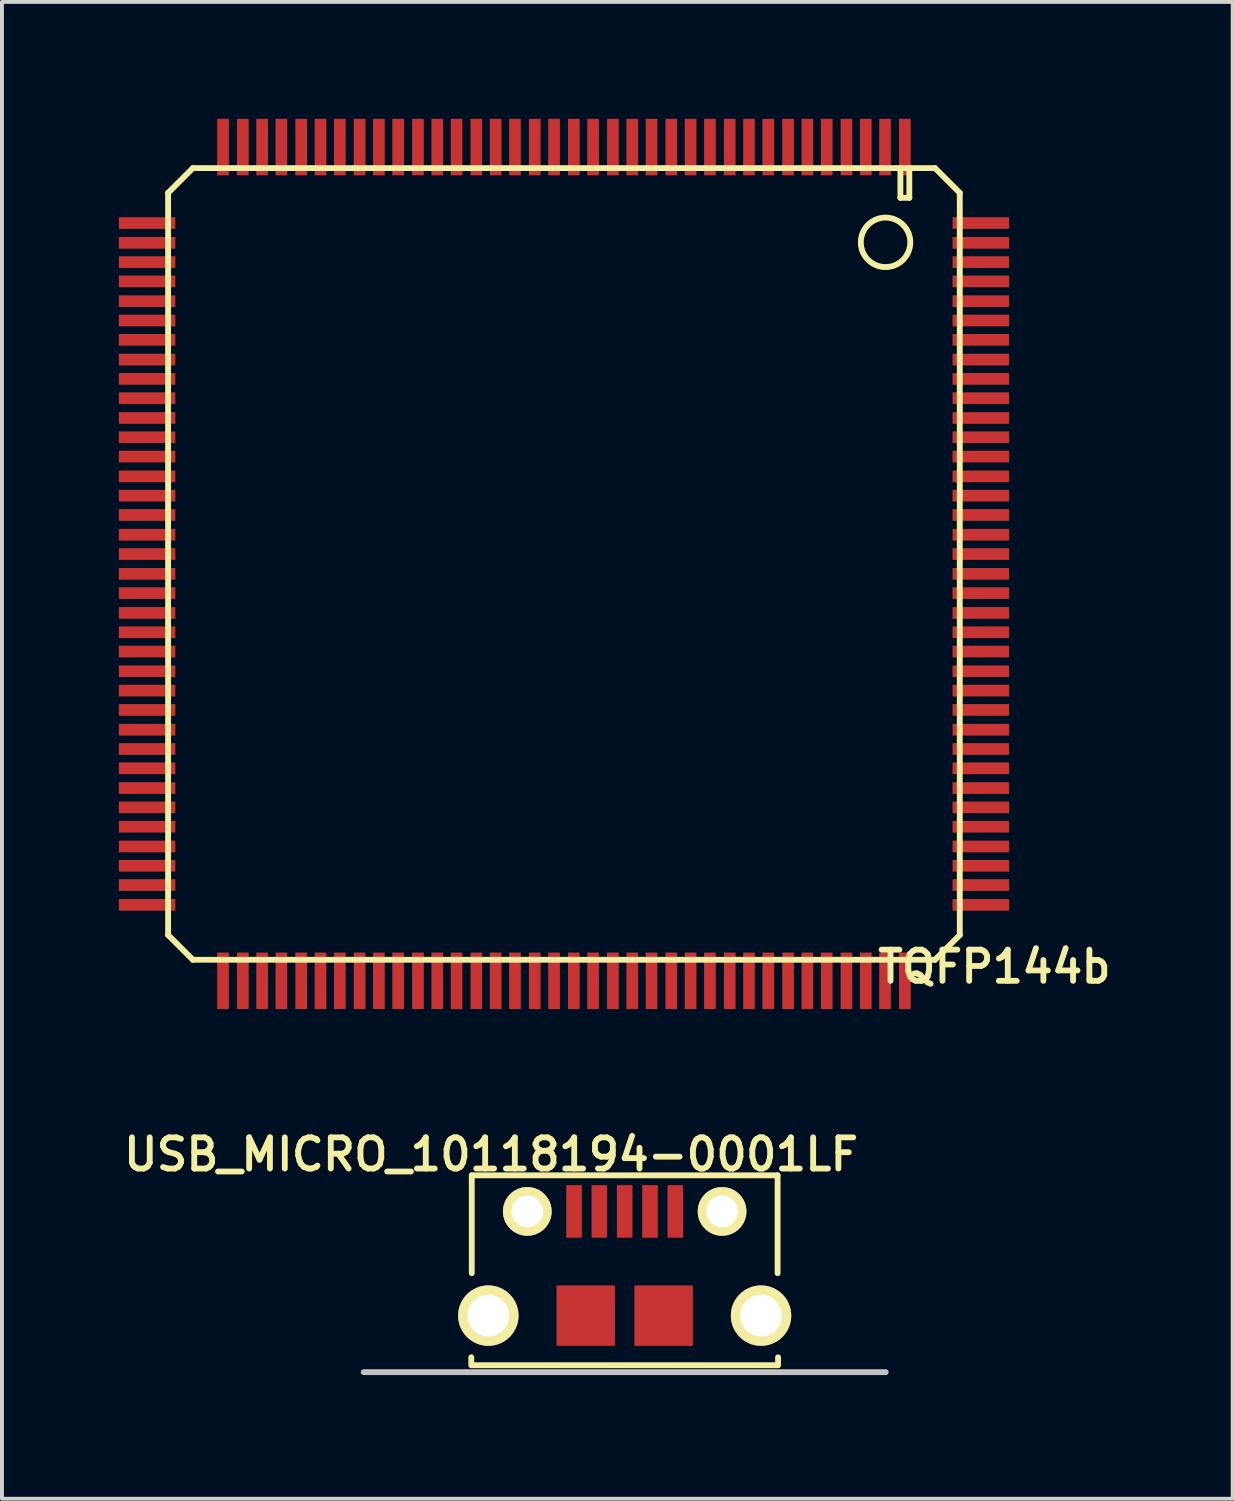
<source format=kicad_pcb>
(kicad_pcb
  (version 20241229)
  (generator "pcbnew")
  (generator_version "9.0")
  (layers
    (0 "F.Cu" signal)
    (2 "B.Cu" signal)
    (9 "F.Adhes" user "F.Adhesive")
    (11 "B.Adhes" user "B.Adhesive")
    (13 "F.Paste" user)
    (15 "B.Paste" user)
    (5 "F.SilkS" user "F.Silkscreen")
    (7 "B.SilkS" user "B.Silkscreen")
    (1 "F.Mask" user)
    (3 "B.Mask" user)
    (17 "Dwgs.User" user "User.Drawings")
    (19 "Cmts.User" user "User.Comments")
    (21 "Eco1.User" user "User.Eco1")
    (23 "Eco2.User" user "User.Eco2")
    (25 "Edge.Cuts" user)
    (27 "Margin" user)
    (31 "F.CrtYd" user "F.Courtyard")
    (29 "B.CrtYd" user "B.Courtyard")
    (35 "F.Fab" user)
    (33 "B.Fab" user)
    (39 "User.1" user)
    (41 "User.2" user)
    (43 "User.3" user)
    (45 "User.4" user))
  (footprint "TQFP144b"
    (layer "F.Cu")
    (at 11.425 11.425)
    (property "Reference" "TQFP144b" (at 11.049 10.338 0) (layer "F.SilkS") (effects (font (size 0.8 0.8) (thickness 0.15))))
    (attr smd)
    (fp_line (start -10.16 -9.525) (end -10.16 9.525) (stroke (width 0.15) (type solid)) (layer "F.SilkS"))
    (fp_line (start -10.16 9.525) (end -9.525 10.16) (stroke (width 0.15) (type solid)) (layer "F.SilkS"))
    (fp_line (start -9.525 -10.16) (end -10.16 -9.525) (stroke (width 0.15) (type solid)) (layer "F.SilkS"))
    (fp_line (start -9.525 10.16) (end 9.525 10.16) (stroke (width 0.15) (type solid)) (layer "F.SilkS"))
    (fp_line (start 8.636 -10.16) (end 8.636 -9.398) (stroke (width 0.15) (type solid)) (layer "F.SilkS"))
    (fp_line (start 8.636 -9.398) (end 8.865 -9.398) (stroke (width 0.15) (type solid)) (layer "F.SilkS"))
    (fp_line (start 8.865 -9.398) (end 8.865 -10.16) (stroke (width 0.15) (type solid)) (layer "F.SilkS"))
    (fp_line (start 9.525 -10.16) (end -9.525 -10.16) (stroke (width 0.15) (type solid)) (layer "F.SilkS"))
    (fp_line (start 9.525 10.16) (end 10.16 9.525) (stroke (width 0.15) (type solid)) (layer "F.SilkS"))
    (fp_line (start 10.16 -9.525) (end 9.525 -10.16) (stroke (width 0.15) (type solid)) (layer "F.SilkS"))
    (fp_line (start 10.16 9.525) (end 10.16 -9.525) (stroke (width 0.15) (type solid)) (layer "F.SilkS"))
    (fp_circle (center 8.255 -8.255) (end 8.255 -8.89) (stroke (width 0.15) (type solid)) (fill no) (layer "F.SilkS"))
    (pad "1" smd rect (at 8.75 -10.7) (size 0.3 1.45) (layers "F.Cu" "F.Mask" "F.Paste"))
    (pad "2" smd rect (at 8.242 -10.7) (size 0.3 1.45) (layers "F.Cu" "F.Mask" "F.Paste"))
    (pad "3" smd rect (at 7.747 -10.7) (size 0.3 1.45) (layers "F.Cu" "F.Mask" "F.Paste"))
    (pad "4" smd rect (at 7.252 -10.7) (size 0.3 1.45) (layers "F.Cu" "F.Mask" "F.Paste"))
    (pad "5" smd rect (at 6.744 -10.7) (size 0.3 1.45) (layers "F.Cu" "F.Mask" "F.Paste"))
    (pad "6" smd rect (at 6.248 -10.7) (size 0.3 1.45) (layers "F.Cu" "F.Mask" "F.Paste"))
    (pad "7" smd rect (at 5.753 -10.7) (size 0.3 1.45) (layers "F.Cu" "F.Mask" "F.Paste"))
    (pad "8" smd rect (at 5.245 -10.7) (size 0.3 1.45) (layers "F.Cu" "F.Mask" "F.Paste"))
    (pad "9" smd rect (at 4.75 -10.7) (size 0.3 1.45) (layers "F.Cu" "F.Mask" "F.Paste"))
    (pad "10" smd rect (at 4.255 -10.7) (size 0.3 1.45) (layers "F.Cu" "F.Mask" "F.Paste"))
    (pad "11" smd rect (at 3.747 -10.7) (size 0.3 1.45) (layers "F.Cu" "F.Mask" "F.Paste"))
    (pad "12" smd rect (at 3.251 -10.7) (size 0.3 1.45) (layers "F.Cu" "F.Mask" "F.Paste"))
    (pad "13" smd rect (at 2.756 -10.7) (size 0.3 1.45) (layers "F.Cu" "F.Mask" "F.Paste"))
    (pad "14" smd rect (at 2.248 -10.7) (size 0.3 1.45) (layers "F.Cu" "F.Mask" "F.Paste"))
    (pad "15" smd rect (at 1.753 -10.7) (size 0.3 1.45) (layers "F.Cu" "F.Mask" "F.Paste"))
    (pad "16" smd rect (at 1.257 -10.7) (size 0.3 1.45) (layers "F.Cu" "F.Mask" "F.Paste"))
    (pad "17" smd rect (at 0.749 -10.7) (size 0.3 1.45) (layers "F.Cu" "F.Mask" "F.Paste"))
    (pad "18" smd rect (at 0.254 -10.7) (size 0.3 1.45) (layers "F.Cu" "F.Mask" "F.Paste"))
    (pad "19" smd rect (at -0.254 -10.7) (size 0.3 1.45) (layers "F.Cu" "F.Mask" "F.Paste"))
    (pad "20" smd rect (at -0.749 -10.7) (size 0.3 1.45) (layers "F.Cu" "F.Mask" "F.Paste"))
    (pad "21" smd rect (at -1.257 -10.7) (size 0.3 1.45) (layers "F.Cu" "F.Mask" "F.Paste"))
    (pad "22" smd rect (at -1.753 -10.7) (size 0.3 1.45) (layers "F.Cu" "F.Mask" "F.Paste"))
    (pad "23" smd rect (at -2.248 -10.7) (size 0.3 1.45) (layers "F.Cu" "F.Mask" "F.Paste"))
    (pad "24" smd rect (at -2.756 -10.7) (size 0.3 1.45) (layers "F.Cu" "F.Mask" "F.Paste"))
    (pad "25" smd rect (at -3.251 -10.7) (size 0.3 1.45) (layers "F.Cu" "F.Mask" "F.Paste"))
    (pad "26" smd rect (at -3.747 -10.7) (size 0.3 1.45) (layers "F.Cu" "F.Mask" "F.Paste"))
    (pad "27" smd rect (at -4.255 -10.7) (size 0.3 1.45) (layers "F.Cu" "F.Mask" "F.Paste"))
    (pad "28" smd rect (at -4.75 -10.7) (size 0.3 1.45) (layers "F.Cu" "F.Mask" "F.Paste"))
    (pad "29" smd rect (at -5.245 -10.7) (size 0.3 1.45) (layers "F.Cu" "F.Mask" "F.Paste"))
    (pad "30" smd rect (at -5.753 -10.7) (size 0.3 1.45) (layers "F.Cu" "F.Mask" "F.Paste"))
    (pad "31" smd rect (at -6.248 -10.7) (size 0.3 1.45) (layers "F.Cu" "F.Mask" "F.Paste"))
    (pad "32" smd rect (at -6.744 -10.7) (size 0.3 1.45) (layers "F.Cu" "F.Mask" "F.Paste"))
    (pad "33" smd rect (at -7.252 -10.7) (size 0.3 1.45) (layers "F.Cu" "F.Mask" "F.Paste"))
    (pad "34" smd rect (at -7.747 -10.7) (size 0.3 1.45) (layers "F.Cu" "F.Mask" "F.Paste"))
    (pad "35" smd rect (at -8.242 -10.7) (size 0.3 1.45) (layers "F.Cu" "F.Mask" "F.Paste"))
    (pad "36" smd rect (at -8.75 -10.7) (size 0.3 1.45) (layers "F.Cu" "F.Mask" "F.Paste"))
    (pad "37" smd rect (at -10.7 -8.75) (size 1.45 0.3) (layers "F.Cu" "F.Mask" "F.Paste"))
    (pad "38" smd rect (at -10.7 -8.242) (size 1.45 0.3) (layers "F.Cu" "F.Mask" "F.Paste"))
    (pad "39" smd rect (at -10.7 -7.747) (size 1.45 0.3) (layers "F.Cu" "F.Mask" "F.Paste"))
    (pad "40" smd rect (at -10.7 -7.252) (size 1.45 0.3) (layers "F.Cu" "F.Mask" "F.Paste"))
    (pad "41" smd rect (at -10.7 -6.744) (size 1.45 0.3) (layers "F.Cu" "F.Mask" "F.Paste"))
    (pad "42" smd rect (at -10.7 -6.248) (size 1.45 0.3) (layers "F.Cu" "F.Mask" "F.Paste"))
    (pad "43" smd rect (at -10.7 -5.753) (size 1.45 0.3) (layers "F.Cu" "F.Mask" "F.Paste"))
    (pad "44" smd rect (at -10.7 -5.245) (size 1.45 0.3) (layers "F.Cu" "F.Mask" "F.Paste"))
    (pad "45" smd rect (at -10.7 -4.75) (size 1.45 0.3) (layers "F.Cu" "F.Mask" "F.Paste"))
    (pad "46" smd rect (at -10.7 -4.255) (size 1.45 0.3) (layers "F.Cu" "F.Mask" "F.Paste"))
    (pad "47" smd rect (at -10.7 -3.747) (size 1.45 0.3) (layers "F.Cu" "F.Mask" "F.Paste"))
    (pad "48" smd rect (at -10.7 -3.251) (size 1.45 0.3) (layers "F.Cu" "F.Mask" "F.Paste"))
    (pad "49" smd rect (at -10.7 -2.756) (size 1.45 0.3) (layers "F.Cu" "F.Mask" "F.Paste"))
    (pad "50" smd rect (at -10.7 -2.248) (size 1.45 0.3) (layers "F.Cu" "F.Mask" "F.Paste"))
    (pad "51" smd rect (at -10.7 -1.753) (size 1.45 0.3) (layers "F.Cu" "F.Mask" "F.Paste"))
    (pad "52" smd rect (at -10.7 -1.257) (size 1.45 0.3) (layers "F.Cu" "F.Mask" "F.Paste"))
    (pad "53" smd rect (at -10.7 -0.749) (size 1.45 0.3) (layers "F.Cu" "F.Mask" "F.Paste"))
    (pad "54" smd rect (at -10.7 -0.254) (size 1.45 0.3) (layers "F.Cu" "F.Mask" "F.Paste"))
    (pad "55" smd rect (at -10.7 0.254) (size 1.45 0.3) (layers "F.Cu" "F.Mask" "F.Paste"))
    (pad "56" smd rect (at -10.7 0.749) (size 1.45 0.3) (layers "F.Cu" "F.Mask" "F.Paste"))
    (pad "57" smd rect (at -10.7 1.257) (size 1.45 0.3) (layers "F.Cu" "F.Mask" "F.Paste"))
    (pad "58" smd rect (at -10.7 1.753) (size 1.45 0.3) (layers "F.Cu" "F.Mask" "F.Paste"))
    (pad "59" smd rect (at -10.7 2.248) (size 1.45 0.3) (layers "F.Cu" "F.Mask" "F.Paste"))
    (pad "60" smd rect (at -10.7 2.756) (size 1.45 0.3) (layers "F.Cu" "F.Mask" "F.Paste"))
    (pad "61" smd rect (at -10.7 3.251) (size 1.45 0.3) (layers "F.Cu" "F.Mask" "F.Paste"))
    (pad "62" smd rect (at -10.7 3.747) (size 1.45 0.3) (layers "F.Cu" "F.Mask" "F.Paste"))
    (pad "63" smd rect (at -10.7 4.255) (size 1.45 0.3) (layers "F.Cu" "F.Mask" "F.Paste"))
    (pad "64" smd rect (at -10.7 4.75) (size 1.45 0.3) (layers "F.Cu" "F.Mask" "F.Paste"))
    (pad "65" smd rect (at -10.7 5.245) (size 1.45 0.3) (layers "F.Cu" "F.Mask" "F.Paste"))
    (pad "66" smd rect (at -10.7 5.753) (size 1.45 0.3) (layers "F.Cu" "F.Mask" "F.Paste"))
    (pad "67" smd rect (at -10.7 6.248) (size 1.45 0.3) (layers "F.Cu" "F.Mask" "F.Paste"))
    (pad "68" smd rect (at -10.7 6.744) (size 1.45 0.3) (layers "F.Cu" "F.Mask" "F.Paste"))
    (pad "69" smd rect (at -10.7 7.252) (size 1.45 0.3) (layers "F.Cu" "F.Mask" "F.Paste"))
    (pad "70" smd rect (at -10.7 7.747) (size 1.45 0.3) (layers "F.Cu" "F.Mask" "F.Paste"))
    (pad "71" smd rect (at -10.7 8.242) (size 1.45 0.3) (layers "F.Cu" "F.Mask" "F.Paste"))
    (pad "72" smd rect (at -10.7 8.75) (size 1.45 0.3) (layers "F.Cu" "F.Mask" "F.Paste"))
    (pad "73" smd rect (at -8.75 10.7) (size 0.3 1.45) (layers "F.Cu" "F.Mask" "F.Paste"))
    (pad "74" smd rect (at -8.242 10.7) (size 0.3 1.45) (layers "F.Cu" "F.Mask" "F.Paste"))
    (pad "75" smd rect (at -7.747 10.7) (size 0.3 1.45) (layers "F.Cu" "F.Mask" "F.Paste"))
    (pad "76" smd rect (at -7.252 10.7) (size 0.3 1.45) (layers "F.Cu" "F.Mask" "F.Paste"))
    (pad "77" smd rect (at -6.744 10.7) (size 0.3 1.45) (layers "F.Cu" "F.Mask" "F.Paste"))
    (pad "78" smd rect (at -6.248 10.7) (size 0.3 1.45) (layers "F.Cu" "F.Mask" "F.Paste"))
    (pad "79" smd rect (at -5.753 10.7) (size 0.3 1.45) (layers "F.Cu" "F.Mask" "F.Paste"))
    (pad "80" smd rect (at -5.245 10.7) (size 0.3 1.45) (layers "F.Cu" "F.Mask" "F.Paste"))
    (pad "81" smd rect (at -4.75 10.7) (size 0.3 1.45) (layers "F.Cu" "F.Mask" "F.Paste"))
    (pad "82" smd rect (at -4.255 10.7) (size 0.3 1.45) (layers "F.Cu" "F.Mask" "F.Paste"))
    (pad "83" smd rect (at -3.747 10.7) (size 0.3 1.45) (layers "F.Cu" "F.Mask" "F.Paste"))
    (pad "84" smd rect (at -3.251 10.7) (size 0.3 1.45) (layers "F.Cu" "F.Mask" "F.Paste"))
    (pad "85" smd rect (at -2.756 10.7) (size 0.3 1.45) (layers "F.Cu" "F.Mask" "F.Paste"))
    (pad "86" smd rect (at -2.248 10.7) (size 0.3 1.45) (layers "F.Cu" "F.Mask" "F.Paste"))
    (pad "87" smd rect (at -1.753 10.7) (size 0.3 1.45) (layers "F.Cu" "F.Mask" "F.Paste"))
    (pad "88" smd rect (at -1.257 10.7) (size 0.3 1.45) (layers "F.Cu" "F.Mask" "F.Paste"))
    (pad "89" smd rect (at -0.749 10.7) (size 0.3 1.45) (layers "F.Cu" "F.Mask" "F.Paste"))
    (pad "90" smd rect (at -0.254 10.7) (size 0.3 1.45) (layers "F.Cu" "F.Mask" "F.Paste"))
    (pad "91" smd rect (at 0.254 10.7) (size 0.3 1.45) (layers "F.Cu" "F.Mask" "F.Paste"))
    (pad "92" smd rect (at 0.749 10.7) (size 0.3 1.45) (layers "F.Cu" "F.Mask" "F.Paste"))
    (pad "93" smd rect (at 1.257 10.7) (size 0.3 1.45) (layers "F.Cu" "F.Mask" "F.Paste"))
    (pad "94" smd rect (at 1.753 10.7) (size 0.3 1.45) (layers "F.Cu" "F.Mask" "F.Paste"))
    (pad "95" smd rect (at 2.248 10.7) (size 0.3 1.45) (layers "F.Cu" "F.Mask" "F.Paste"))
    (pad "96" smd rect (at 2.756 10.7) (size 0.3 1.45) (layers "F.Cu" "F.Mask" "F.Paste"))
    (pad "97" smd rect (at 3.251 10.7) (size 0.3 1.45) (layers "F.Cu" "F.Mask" "F.Paste"))
    (pad "98" smd rect (at 3.747 10.7) (size 0.3 1.45) (layers "F.Cu" "F.Mask" "F.Paste"))
    (pad "99" smd rect (at 4.255 10.7) (size 0.3 1.45) (layers "F.Cu" "F.Mask" "F.Paste"))
    (pad "100" smd rect (at 4.75 10.7) (size 0.3 1.45) (layers "F.Cu" "F.Mask" "F.Paste"))
    (pad "101" smd rect (at 5.245 10.7) (size 0.3 1.45) (layers "F.Cu" "F.Mask" "F.Paste"))
    (pad "102" smd rect (at 5.753 10.7) (size 0.3 1.45) (layers "F.Cu" "F.Mask" "F.Paste"))
    (pad "103" smd rect (at 6.248 10.7) (size 0.3 1.45) (layers "F.Cu" "F.Mask" "F.Paste"))
    (pad "104" smd rect (at 6.744 10.7) (size 0.3 1.45) (layers "F.Cu" "F.Mask" "F.Paste"))
    (pad "105" smd rect (at 7.252 10.7) (size 0.3 1.45) (layers "F.Cu" "F.Mask" "F.Paste"))
    (pad "106" smd rect (at 7.747 10.7) (size 0.3 1.45) (layers "F.Cu" "F.Mask" "F.Paste"))
    (pad "107" smd rect (at 8.242 10.7) (size 0.3 1.45) (layers "F.Cu" "F.Mask" "F.Paste"))
    (pad "108" smd rect (at 8.75 10.7) (size 0.3 1.45) (layers "F.Cu" "F.Mask" "F.Paste"))
    (pad "109" smd rect (at 10.7 8.75) (size 1.45 0.3) (layers "F.Cu" "F.Mask" "F.Paste"))
    (pad "110" smd rect (at 10.7 8.242) (size 1.45 0.3) (layers "F.Cu" "F.Mask" "F.Paste"))
    (pad "111" smd rect (at 10.7 7.747) (size 1.45 0.3) (layers "F.Cu" "F.Mask" "F.Paste"))
    (pad "112" smd rect (at 10.7 7.252) (size 1.45 0.3) (layers "F.Cu" "F.Mask" "F.Paste"))
    (pad "113" smd rect (at 10.7 6.744) (size 1.45 0.3) (layers "F.Cu" "F.Mask" "F.Paste"))
    (pad "114" smd rect (at 10.7 6.248) (size 1.45 0.3) (layers "F.Cu" "F.Mask" "F.Paste"))
    (pad "115" smd rect (at 10.7 5.753) (size 1.45 0.3) (layers "F.Cu" "F.Mask" "F.Paste"))
    (pad "116" smd rect (at 10.7 5.245) (size 1.45 0.3) (layers "F.Cu" "F.Mask" "F.Paste"))
    (pad "117" smd rect (at 10.7 4.75) (size 1.45 0.3) (layers "F.Cu" "F.Mask" "F.Paste"))
    (pad "118" smd rect (at 10.7 4.255) (size 1.45 0.3) (layers "F.Cu" "F.Mask" "F.Paste"))
    (pad "119" smd rect (at 10.7 3.747) (size 1.45 0.3) (layers "F.Cu" "F.Mask" "F.Paste"))
    (pad "120" smd rect (at 10.7 3.251) (size 1.45 0.3) (layers "F.Cu" "F.Mask" "F.Paste"))
    (pad "121" smd rect (at 10.7 2.756) (size 1.45 0.3) (layers "F.Cu" "F.Mask" "F.Paste"))
    (pad "122" smd rect (at 10.7 2.248) (size 1.45 0.3) (layers "F.Cu" "F.Mask" "F.Paste"))
    (pad "123" smd rect (at 10.7 1.753) (size 1.45 0.3) (layers "F.Cu" "F.Mask" "F.Paste"))
    (pad "124" smd rect (at 10.7 1.257) (size 1.45 0.3) (layers "F.Cu" "F.Mask" "F.Paste"))
    (pad "125" smd rect (at 10.7 0.749) (size 1.45 0.3) (layers "F.Cu" "F.Mask" "F.Paste"))
    (pad "126" smd rect (at 10.7 0.254) (size 1.45 0.3) (layers "F.Cu" "F.Mask" "F.Paste"))
    (pad "127" smd rect (at 10.7 -0.254) (size 1.45 0.3) (layers "F.Cu" "F.Mask" "F.Paste"))
    (pad "128" smd rect (at 10.7 -0.749) (size 1.45 0.3) (layers "F.Cu" "F.Mask" "F.Paste"))
    (pad "129" smd rect (at 10.7 -1.257) (size 1.45 0.3) (layers "F.Cu" "F.Mask" "F.Paste"))
    (pad "130" smd rect (at 10.7 -1.753) (size 1.45 0.3) (layers "F.Cu" "F.Mask" "F.Paste"))
    (pad "131" smd rect (at 10.7 -2.248) (size 1.45 0.3) (layers "F.Cu" "F.Mask" "F.Paste"))
    (pad "132" smd rect (at 10.7 -2.756) (size 1.45 0.3) (layers "F.Cu" "F.Mask" "F.Paste"))
    (pad "133" smd rect (at 10.7 -3.251) (size 1.45 0.3) (layers "F.Cu" "F.Mask" "F.Paste"))
    (pad "134" smd rect (at 10.7 -3.747) (size 1.45 0.3) (layers "F.Cu" "F.Mask" "F.Paste"))
    (pad "135" smd rect (at 10.7 -4.255) (size 1.45 0.3) (layers "F.Cu" "F.Mask" "F.Paste"))
    (pad "136" smd rect (at 10.7 -4.75) (size 1.45 0.3) (layers "F.Cu" "F.Mask" "F.Paste"))
    (pad "137" smd rect (at 10.7 -5.245) (size 1.45 0.3) (layers "F.Cu" "F.Mask" "F.Paste"))
    (pad "138" smd rect (at 10.7 -5.753) (size 1.45 0.3) (layers "F.Cu" "F.Mask" "F.Paste"))
    (pad "139" smd rect (at 10.7 -6.248) (size 1.45 0.3) (layers "F.Cu" "F.Mask" "F.Paste"))
    (pad "140" smd rect (at 10.7 -6.744) (size 1.45 0.3) (layers "F.Cu" "F.Mask" "F.Paste"))
    (pad "141" smd rect (at 10.7 -7.252) (size 1.45 0.3) (layers "F.Cu" "F.Mask" "F.Paste"))
    (pad "142" smd rect (at 10.7 -7.747) (size 1.45 0.3) (layers "F.Cu" "F.Mask" "F.Paste"))
    (pad "143" smd rect (at 10.7 -8.242) (size 1.45 0.3) (layers "F.Cu" "F.Mask" "F.Paste"))
    (pad "144" smd rect (at 10.7 -8.75) (size 1.45 0.3) (layers "F.Cu" "F.Mask" "F.Paste")))
  (footprint "USB_MICRO_10118194-0001LF"
    (layer "F.Cu")
    (at 12.984 32.169)
    (property "Reference" "USB_MICRO_10118194-0001LF" (at -3.429 -5.588 0) (layer "F.SilkS") (effects (font (size 0.8 0.8) (thickness 0.15))))
    (attr through_hole)
    (fp_line (start -3.937 -0.178) (end -3.937 -0.381) (stroke (width 0.15) (type solid)) (layer "F.SilkS"))
    (fp_line (start -3.925 -5.051) (end 3.925 -5.051) (stroke (width 0.15) (type solid)) (layer "F.SilkS"))
    (fp_line (start -3.925 -2.54) (end -3.925 -5.051) (stroke (width 0.15) (type solid)) (layer "F.SilkS"))
    (fp_line (start 3.925 -5.051) (end 3.925 -2.54) (stroke (width 0.15) (type solid)) (layer "F.SilkS"))
    (fp_line (start 3.925 -0.178) (end -3.925 -0.178) (stroke (width 0.15) (type solid)) (layer "F.SilkS"))
    (fp_line (start 3.937 -0.178) (end 3.937 -0.381) (stroke (width 0.15) (type solid)) (layer "F.SilkS"))
    (fp_line (start -6.7 0) (end 6.7 0) (stroke (width 0.15) (type solid)) (layer "Dwgs.User"))
    (pad "1" smd rect (at -1.3 -4.125) (size 0.4 1.35) (layers "F.Cu" "F.Mask" "F.Paste"))
    (pad "2" smd rect (at -0.65 -4.125) (size 0.4 1.35) (layers "F.Cu" "F.Mask" "F.Paste"))
    (pad "3" smd rect (at 0 -4.125) (size 0.4 1.35) (layers "F.Cu" "F.Mask" "F.Paste"))
    (pad "4" smd rect (at 0.65 -4.125) (size 0.4 1.35) (layers "F.Cu" "F.Mask" "F.Paste"))
    (pad "5" thru_hole circle (at -3.5 -1.45) (size 1.55 1.55) (drill 1.067) (layers "*.Cu" "*.Mask" "F.SilkS"))
    (pad "5" thru_hole circle (at -2.5 -4.125) (size 1.25 1.25) (drill 0.813) (layers "*.Cu" "*.Mask" "F.SilkS"))
    (pad "5" smd rect (at -1 -1.45) (size 1.5 1.55) (layers "F.Cu" "F.Mask" "F.Paste"))
    (pad "5" smd rect (at 1 -1.45) (size 1.5 1.55) (layers "F.Cu" "F.Mask" "F.Paste"))
    (pad "5" smd rect (at 1.3 -4.125) (size 0.4 1.35) (layers "F.Cu" "F.Mask" "F.Paste"))
    (pad "5" thru_hole circle (at 2.5 -4.125) (size 1.25 1.25) (drill 0.813) (layers "*.Cu" "*.Mask" "F.SilkS"))
    (pad "5" thru_hole circle (at 3.5 -1.45) (size 1.55 1.55) (drill 1.067) (layers "*.Cu" "*.Mask" "F.SilkS")))
  (gr_rect
    (start -3 -3)
    (end 28.59 35.419)
    (stroke (width 0.1) (type default))
    (fill no)
    (layer "Edge.Cuts")))
</source>
